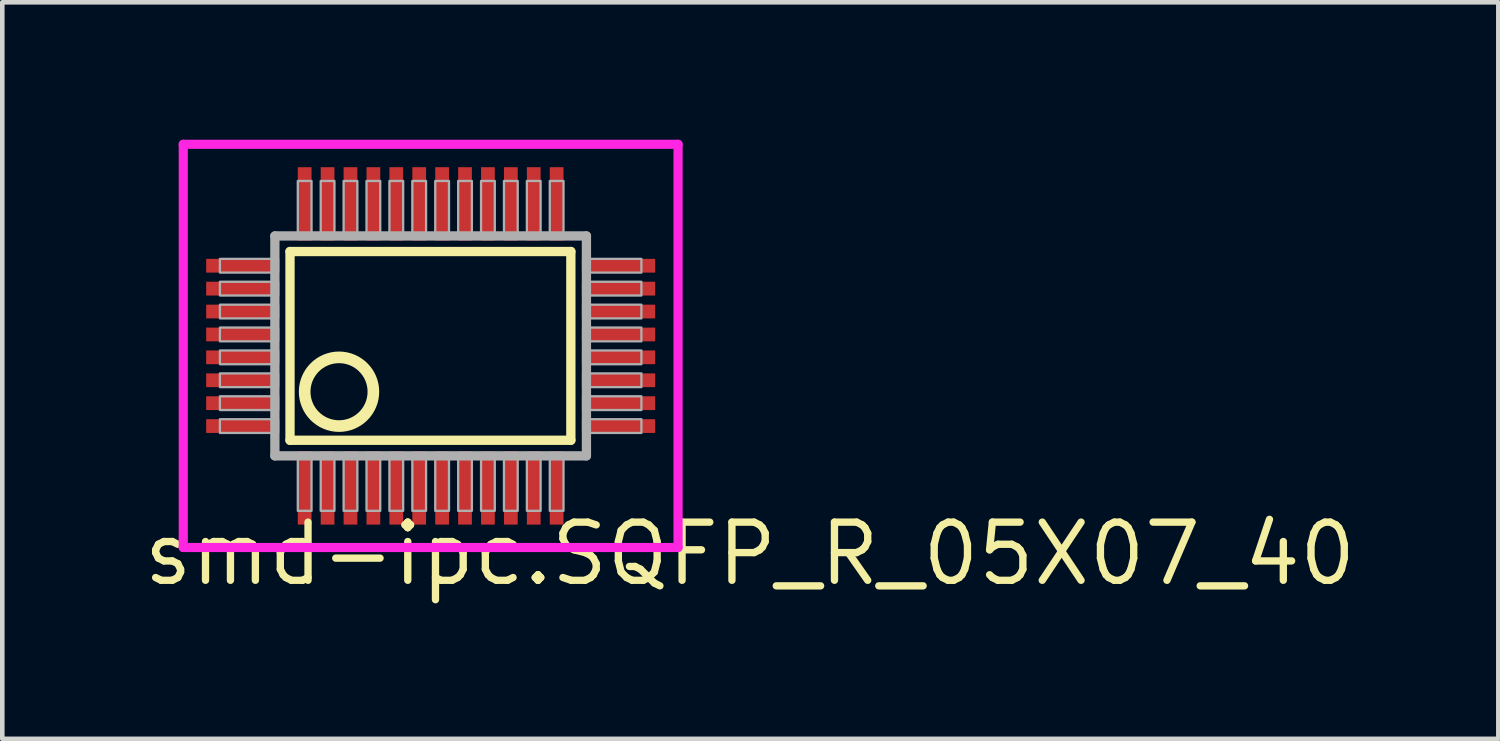
<source format=kicad_pcb>
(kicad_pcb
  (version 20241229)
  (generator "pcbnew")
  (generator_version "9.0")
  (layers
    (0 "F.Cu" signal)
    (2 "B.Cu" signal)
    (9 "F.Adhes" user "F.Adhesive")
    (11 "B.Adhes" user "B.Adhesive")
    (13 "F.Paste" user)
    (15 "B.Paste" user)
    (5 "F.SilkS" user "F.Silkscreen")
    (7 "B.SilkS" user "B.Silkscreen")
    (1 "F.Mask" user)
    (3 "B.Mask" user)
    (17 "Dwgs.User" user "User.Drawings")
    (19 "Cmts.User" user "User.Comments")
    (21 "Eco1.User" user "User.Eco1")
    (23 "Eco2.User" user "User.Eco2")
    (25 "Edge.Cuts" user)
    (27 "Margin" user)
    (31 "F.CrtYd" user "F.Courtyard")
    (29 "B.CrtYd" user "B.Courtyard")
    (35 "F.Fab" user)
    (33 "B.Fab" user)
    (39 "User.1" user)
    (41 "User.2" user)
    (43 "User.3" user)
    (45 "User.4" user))
  (footprint "smd-ipc.SQFP_R_05X07_40"
    (layer "F.Cu")
    (at 6.35 4.5)
    (property "Reference" "smd-ipc.SQFP_R_05X07_40" (at -6.35 5.28 0) (layer "F.SilkS") (effects (font (size 1.27 1.27) (thickness 0.16)) (justify left bottom)))
    (attr smd)
    (fp_line (start -3.07 -2.06) (end 3.06 -2.06) (stroke (width 0.203) (type default)) (layer "F.SilkS"))
    (fp_line (start -3.07 2.06) (end -3.07 -2.06) (stroke (width 0.203) (type default)) (layer "F.SilkS"))
    (fp_line (start 3.06 -2.06) (end 3.06 2.06) (stroke (width 0.203) (type default)) (layer "F.SilkS"))
    (fp_line (start 3.06 2.06) (end -3.07 2.06) (stroke (width 0.203) (type default)) (layer "F.SilkS"))
    (fp_circle (center -2 1) (end -1.25 1) (stroke (width 0.254) (type default)) (fill no) (layer "F.SilkS"))
    (fp_line (start -5.4 -4.4) (end 5.4 -4.4) (stroke (width 0.2) (type default)) (layer "F.CrtYd"))
    (fp_line (start -5.4 4.4) (end -5.4 -4.4) (stroke (width 0.2) (type default)) (layer "F.CrtYd"))
    (fp_line (start 5.4 -4.4) (end 5.4 4.4) (stroke (width 0.2) (type default)) (layer "F.CrtYd"))
    (fp_line (start 5.4 4.4) (end -5.4 4.4) (stroke (width 0.2) (type default)) (layer "F.CrtYd"))
    (fp_line (start -3.4 -2.4) (end -3.4 2.4) (stroke (width 0.203) (type default)) (layer "F.Fab"))
    (fp_line (start -3.4 2.4) (end 3.4 2.4) (stroke (width 0.203) (type default)) (layer "F.Fab"))
    (fp_line (start 3.4 -2.4) (end -3.4 -2.4) (stroke (width 0.203) (type default)) (layer "F.Fab"))
    (fp_line (start 3.4 2.4) (end 3.4 -2.4) (stroke (width 0.203) (type default)) (layer "F.Fab"))
    (fp_rect (start -4.6 -1.6) (end -3.4 -1.9) (stroke (width 0.05) (type default)) (fill no) (layer "F.Fab"))
    (fp_rect (start -4.6 -1.1) (end -3.4 -1.4) (stroke (width 0.05) (type default)) (fill no) (layer "F.Fab"))
    (fp_rect (start -4.6 -0.6) (end -3.4 -0.9) (stroke (width 0.05) (type default)) (fill no) (layer "F.Fab"))
    (fp_rect (start -4.6 -0.1) (end -3.4 -0.4) (stroke (width 0.05) (type default)) (fill no) (layer "F.Fab"))
    (fp_rect (start -4.6 0.4) (end -3.4 0.1) (stroke (width 0.05) (type default)) (fill no) (layer "F.Fab"))
    (fp_rect (start -4.6 0.9) (end -3.4 0.6) (stroke (width 0.05) (type default)) (fill no) (layer "F.Fab"))
    (fp_rect (start -4.6 1.4) (end -3.4 1.1) (stroke (width 0.05) (type default)) (fill no) (layer "F.Fab"))
    (fp_rect (start -4.6 1.9) (end -3.4 1.6) (stroke (width 0.05) (type default)) (fill no) (layer "F.Fab"))
    (fp_rect (start -2.9 -2.45) (end -2.6 -3.6) (stroke (width 0.05) (type default)) (fill no) (layer "F.Fab"))
    (fp_rect (start -2.9 3.6) (end -2.6 2.45) (stroke (width 0.05) (type default)) (fill no) (layer "F.Fab"))
    (fp_rect (start -2.4 -2.45) (end -2.1 -3.6) (stroke (width 0.05) (type default)) (fill no) (layer "F.Fab"))
    (fp_rect (start -2.4 3.6) (end -2.1 2.45) (stroke (width 0.05) (type default)) (fill no) (layer "F.Fab"))
    (fp_rect (start -1.9 -2.45) (end -1.6 -3.6) (stroke (width 0.05) (type default)) (fill no) (layer "F.Fab"))
    (fp_rect (start -1.9 3.6) (end -1.6 2.45) (stroke (width 0.05) (type default)) (fill no) (layer "F.Fab"))
    (fp_rect (start -1.4 -2.45) (end -1.1 -3.6) (stroke (width 0.05) (type default)) (fill no) (layer "F.Fab"))
    (fp_rect (start -1.4 3.6) (end -1.1 2.45) (stroke (width 0.05) (type default)) (fill no) (layer "F.Fab"))
    (fp_rect (start -0.9 -2.45) (end -0.6 -3.6) (stroke (width 0.05) (type default)) (fill no) (layer "F.Fab"))
    (fp_rect (start -0.9 3.6) (end -0.6 2.45) (stroke (width 0.05) (type default)) (fill no) (layer "F.Fab"))
    (fp_rect (start -0.4 -2.45) (end -0.1 -3.6) (stroke (width 0.05) (type default)) (fill no) (layer "F.Fab"))
    (fp_rect (start -0.4 3.6) (end -0.1 2.45) (stroke (width 0.05) (type default)) (fill no) (layer "F.Fab"))
    (fp_rect (start 0.1 -2.45) (end 0.4 -3.6) (stroke (width 0.05) (type default)) (fill no) (layer "F.Fab"))
    (fp_rect (start 0.1 3.6) (end 0.4 2.45) (stroke (width 0.05) (type default)) (fill no) (layer "F.Fab"))
    (fp_rect (start 0.6 -2.45) (end 0.9 -3.6) (stroke (width 0.05) (type default)) (fill no) (layer "F.Fab"))
    (fp_rect (start 0.6 3.6) (end 0.9 2.45) (stroke (width 0.05) (type default)) (fill no) (layer "F.Fab"))
    (fp_rect (start 1.1 -2.45) (end 1.4 -3.6) (stroke (width 0.05) (type default)) (fill no) (layer "F.Fab"))
    (fp_rect (start 1.1 3.6) (end 1.4 2.45) (stroke (width 0.05) (type default)) (fill no) (layer "F.Fab"))
    (fp_rect (start 1.6 -2.45) (end 1.9 -3.6) (stroke (width 0.05) (type default)) (fill no) (layer "F.Fab"))
    (fp_rect (start 1.6 3.6) (end 1.9 2.45) (stroke (width 0.05) (type default)) (fill no) (layer "F.Fab"))
    (fp_rect (start 2.1 -2.45) (end 2.4 -3.6) (stroke (width 0.05) (type default)) (fill no) (layer "F.Fab"))
    (fp_rect (start 2.1 3.6) (end 2.4 2.45) (stroke (width 0.05) (type default)) (fill no) (layer "F.Fab"))
    (fp_rect (start 2.6 -2.45) (end 2.9 -3.6) (stroke (width 0.05) (type default)) (fill no) (layer "F.Fab"))
    (fp_rect (start 2.6 3.6) (end 2.9 2.45) (stroke (width 0.05) (type default)) (fill no) (layer "F.Fab"))
    (fp_rect (start 3.4 -1.6) (end 4.6 -1.9) (stroke (width 0.05) (type default)) (fill no) (layer "F.Fab"))
    (fp_rect (start 3.4 -1.1) (end 4.6 -1.4) (stroke (width 0.05) (type default)) (fill no) (layer "F.Fab"))
    (fp_rect (start 3.4 -0.6) (end 4.6 -0.9) (stroke (width 0.05) (type default)) (fill no) (layer "F.Fab"))
    (fp_rect (start 3.4 -0.1) (end 4.6 -0.4) (stroke (width 0.05) (type default)) (fill no) (layer "F.Fab"))
    (fp_rect (start 3.4 0.4) (end 4.6 0.1) (stroke (width 0.05) (type default)) (fill no) (layer "F.Fab"))
    (fp_rect (start 3.4 0.9) (end 4.6 0.6) (stroke (width 0.05) (type default)) (fill no) (layer "F.Fab"))
    (fp_rect (start 3.4 1.4) (end 4.6 1.1) (stroke (width 0.05) (type default)) (fill no) (layer "F.Fab"))
    (fp_rect (start 3.4 1.9) (end 4.6 1.6) (stroke (width 0.05) (type default)) (fill no) (layer "F.Fab"))
    (pad "1" smd roundrect (at -2.75 3.1) (size 0.3 1.6) (layers "F.Cu" "F.Mask" "F.Paste") (roundrect_rratio 0.01))
    (pad "2" smd roundrect (at -2.25 3.1) (size 0.3 1.6) (layers "F.Cu" "F.Mask" "F.Paste") (roundrect_rratio 0.01))
    (pad "3" smd roundrect (at -1.75 3.1) (size 0.3 1.6) (layers "F.Cu" "F.Mask" "F.Paste") (roundrect_rratio 0.01))
    (pad "4" smd roundrect (at -1.25 3.1) (size 0.3 1.6) (layers "F.Cu" "F.Mask" "F.Paste") (roundrect_rratio 0.01))
    (pad "5" smd roundrect (at -0.75 3.1) (size 0.3 1.6) (layers "F.Cu" "F.Mask" "F.Paste") (roundrect_rratio 0.01))
    (pad "6" smd roundrect (at -0.25 3.1) (size 0.3 1.6) (layers "F.Cu" "F.Mask" "F.Paste") (roundrect_rratio 0.01))
    (pad "7" smd roundrect (at 0.25 3.1) (size 0.3 1.6) (layers "F.Cu" "F.Mask" "F.Paste") (roundrect_rratio 0.01))
    (pad "8" smd roundrect (at 0.75 3.1) (size 0.3 1.6) (layers "F.Cu" "F.Mask" "F.Paste") (roundrect_rratio 0.01))
    (pad "9" smd roundrect (at 1.25 3.1) (size 0.3 1.6) (layers "F.Cu" "F.Mask" "F.Paste") (roundrect_rratio 0.01))
    (pad "10" smd roundrect (at 1.75 3.1) (size 0.3 1.6) (layers "F.Cu" "F.Mask" "F.Paste") (roundrect_rratio 0.01))
    (pad "11" smd roundrect (at 2.25 3.1) (size 0.3 1.6) (layers "F.Cu" "F.Mask" "F.Paste") (roundrect_rratio 0.01))
    (pad "12" smd roundrect (at 2.75 3.1) (size 0.3 1.6) (layers "F.Cu" "F.Mask" "F.Paste") (roundrect_rratio 0.01))
    (pad "13" smd roundrect (at 4.1 1.75) (size 1.6 0.3) (layers "F.Cu" "F.Mask" "F.Paste") (roundrect_rratio 0.01))
    (pad "14" smd roundrect (at 4.1 1.25) (size 1.6 0.3) (layers "F.Cu" "F.Mask" "F.Paste") (roundrect_rratio 0.01))
    (pad "15" smd roundrect (at 4.1 0.75) (size 1.6 0.3) (layers "F.Cu" "F.Mask" "F.Paste") (roundrect_rratio 0.01))
    (pad "16" smd roundrect (at 4.1 0.25) (size 1.6 0.3) (layers "F.Cu" "F.Mask" "F.Paste") (roundrect_rratio 0.01))
    (pad "17" smd roundrect (at 4.1 -0.25) (size 1.6 0.3) (layers "F.Cu" "F.Mask" "F.Paste") (roundrect_rratio 0.01))
    (pad "18" smd roundrect (at 4.1 -0.75) (size 1.6 0.3) (layers "F.Cu" "F.Mask" "F.Paste") (roundrect_rratio 0.01))
    (pad "19" smd roundrect (at 4.1 -1.25) (size 1.6 0.3) (layers "F.Cu" "F.Mask" "F.Paste") (roundrect_rratio 0.01))
    (pad "20" smd roundrect (at 4.1 -1.75) (size 1.6 0.3) (layers "F.Cu" "F.Mask" "F.Paste") (roundrect_rratio 0.01))
    (pad "21" smd roundrect (at 2.75 -3.1) (size 0.3 1.6) (layers "F.Cu" "F.Mask" "F.Paste") (roundrect_rratio 0.01))
    (pad "22" smd roundrect (at 2.25 -3.1) (size 0.3 1.6) (layers "F.Cu" "F.Mask" "F.Paste") (roundrect_rratio 0.01))
    (pad "23" smd roundrect (at 1.75 -3.1) (size 0.3 1.6) (layers "F.Cu" "F.Mask" "F.Paste") (roundrect_rratio 0.01))
    (pad "24" smd roundrect (at 1.25 -3.1) (size 0.3 1.6) (layers "F.Cu" "F.Mask" "F.Paste") (roundrect_rratio 0.01))
    (pad "25" smd roundrect (at 0.75 -3.1) (size 0.3 1.6) (layers "F.Cu" "F.Mask" "F.Paste") (roundrect_rratio 0.01))
    (pad "26" smd roundrect (at 0.25 -3.1) (size 0.3 1.6) (layers "F.Cu" "F.Mask" "F.Paste") (roundrect_rratio 0.01))
    (pad "27" smd roundrect (at -0.25 -3.1) (size 0.3 1.6) (layers "F.Cu" "F.Mask" "F.Paste") (roundrect_rratio 0.01))
    (pad "28" smd roundrect (at -0.75 -3.1) (size 0.3 1.6) (layers "F.Cu" "F.Mask" "F.Paste") (roundrect_rratio 0.01))
    (pad "29" smd roundrect (at -1.25 -3.1) (size 0.3 1.6) (layers "F.Cu" "F.Mask" "F.Paste") (roundrect_rratio 0.01))
    (pad "30" smd roundrect (at -1.75 -3.1) (size 0.3 1.6) (layers "F.Cu" "F.Mask" "F.Paste") (roundrect_rratio 0.01))
    (pad "31" smd roundrect (at -2.25 -3.1) (size 0.3 1.6) (layers "F.Cu" "F.Mask" "F.Paste") (roundrect_rratio 0.01))
    (pad "32" smd roundrect (at -2.75 -3.1) (size 0.3 1.6) (layers "F.Cu" "F.Mask" "F.Paste") (roundrect_rratio 0.01))
    (pad "33" smd roundrect (at -4.1 -1.75) (size 1.6 0.3) (layers "F.Cu" "F.Mask" "F.Paste") (roundrect_rratio 0.01))
    (pad "34" smd roundrect (at -4.1 -1.25) (size 1.6 0.3) (layers "F.Cu" "F.Mask" "F.Paste") (roundrect_rratio 0.01))
    (pad "35" smd roundrect (at -4.1 -0.75) (size 1.6 0.3) (layers "F.Cu" "F.Mask" "F.Paste") (roundrect_rratio 0.01))
    (pad "36" smd roundrect (at -4.1 -0.25) (size 1.6 0.3) (layers "F.Cu" "F.Mask" "F.Paste") (roundrect_rratio 0.01))
    (pad "37" smd roundrect (at -4.1 0.25) (size 1.6 0.3) (layers "F.Cu" "F.Mask" "F.Paste") (roundrect_rratio 0.01))
    (pad "38" smd roundrect (at -4.1 0.75) (size 1.6 0.3) (layers "F.Cu" "F.Mask" "F.Paste") (roundrect_rratio 0.01))
    (pad "39" smd roundrect (at -4.1 1.25) (size 1.6 0.3) (layers "F.Cu" "F.Mask" "F.Paste") (roundrect_rratio 0.01))
    (pad "40" smd roundrect (at -4.1 1.75) (size 1.6 0.3) (layers "F.Cu" "F.Mask" "F.Paste") (roundrect_rratio 0.01)))
  (gr_rect
    (start -3 -3)
    (end 29.654 13.077)
    (stroke (width 0.1) (type default))
    (fill no)
    (layer "Edge.Cuts")))
</source>
